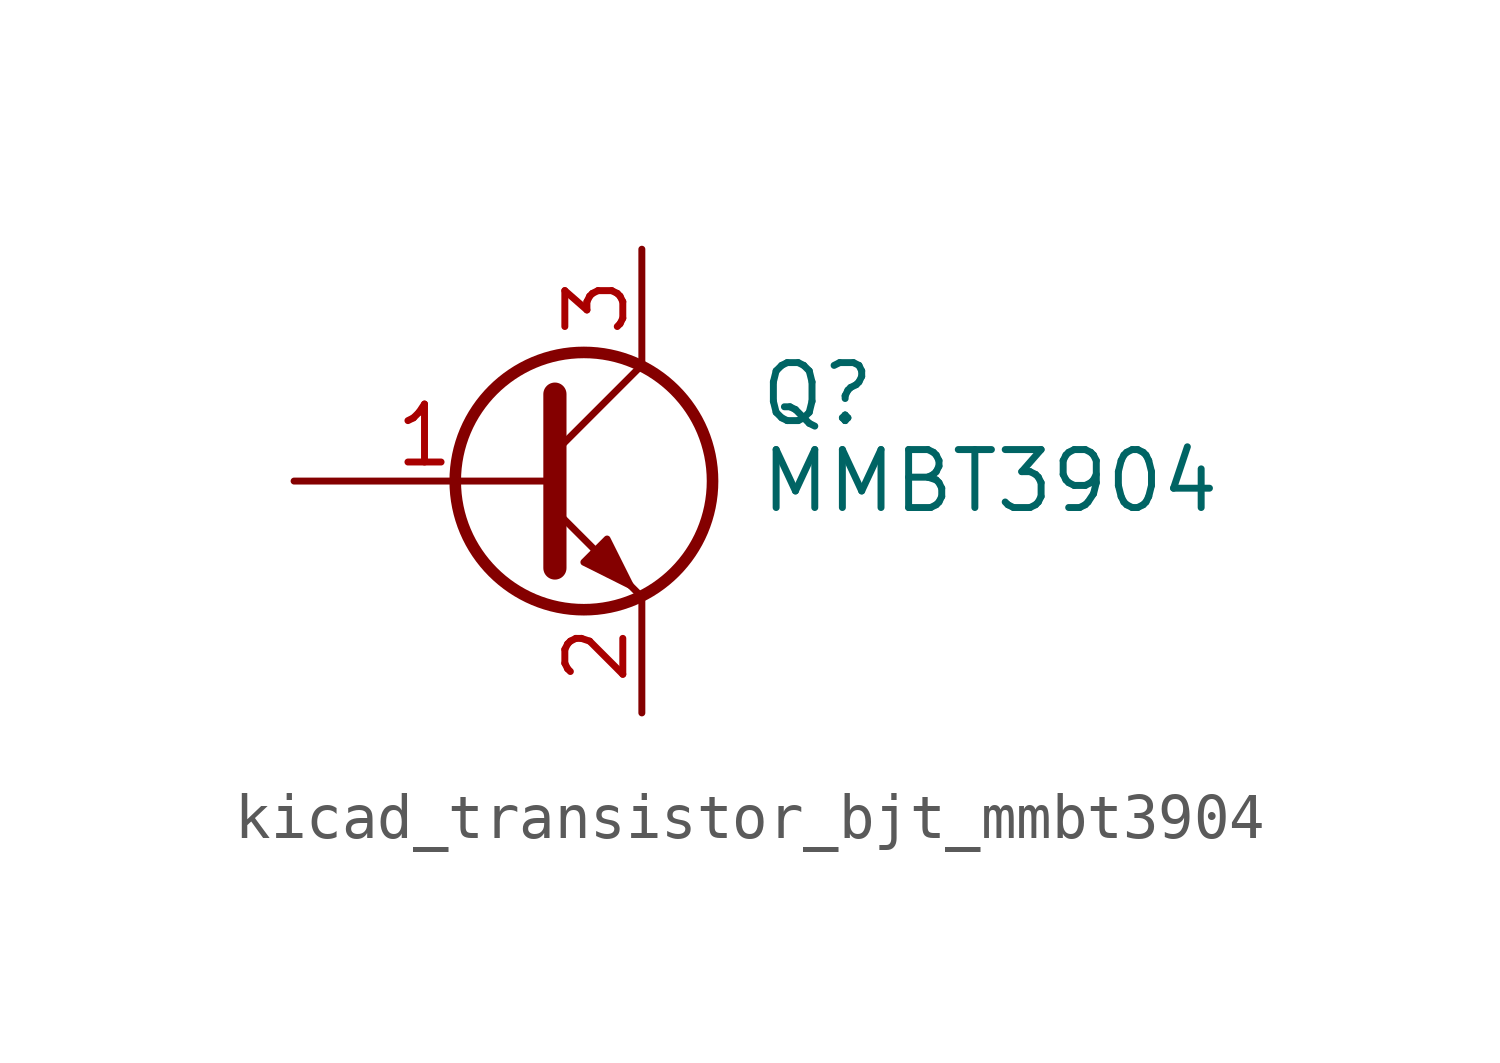
<source format=kicad_sym>
(kicad_symbol_lib
  (version 20220914)
  (generator kicad_symbol_editor)
  (symbol "kicad_transistor_bjt_mmbt3904"
    (pin_names
      (offset 0) hide)
    (property "Reference" "Q"
      (at 5.08 1.905 0)
      (effects (font (size 1.27 1.27)) (justify left)))
    (property "Value" "MMBT3904"
      (at 5.08 0 0)
      (effects (font (size 1.27 1.27)) (justify left)))
    (symbol "kicad_transistor_bjt_mmbt3904_0_1"
      (polyline (pts (xy 0.635 0.635) (xy 2.54 2.54)) (stroke (width 0) (type default)) (fill (type none)))
      (polyline (pts (xy 0.635 -0.635) (xy 2.54 -2.54) (xy 2.54 -2.54)) (stroke (width 0) (type default)) (fill (type none)))
      (polyline (pts (xy 0.635 1.905) (xy 0.635 -1.905) (xy 0.635 -1.905)) (stroke (width 0.508) (type default)) (fill (type none)))
      (polyline (pts (xy 1.27 -1.778) (xy 1.778 -1.27) (xy 2.286 -2.286) (xy 1.27 -1.778) (xy 1.27 -1.778)) (stroke (width 0) (type default)) (fill (type outline)))
      (circle (center 1.27 0) (radius 2.819) (stroke (width 0.254) (type default)) (fill (type none))))
    (symbol "kicad_transistor_bjt_mmbt3904_1_1"
      (pin input line (at -5.08 0 0) (length 5.715) (name "B" (effects (font (size 1.27 1.27)))) (number "1" (effects (font (size 1.27 1.27)))))
      (pin passive line (at 2.54 -5.08 90) (length 2.54) (name "E" (effects (font (size 1.27 1.27)))) (number "2" (effects (font (size 1.27 1.27)))))
      (pin passive line (at 2.54 5.08 270) (length 2.54) (name "C" (effects (font (size 1.27 1.27)))) (number "3" (effects (font (size 1.27 1.27))))))))
</source>
